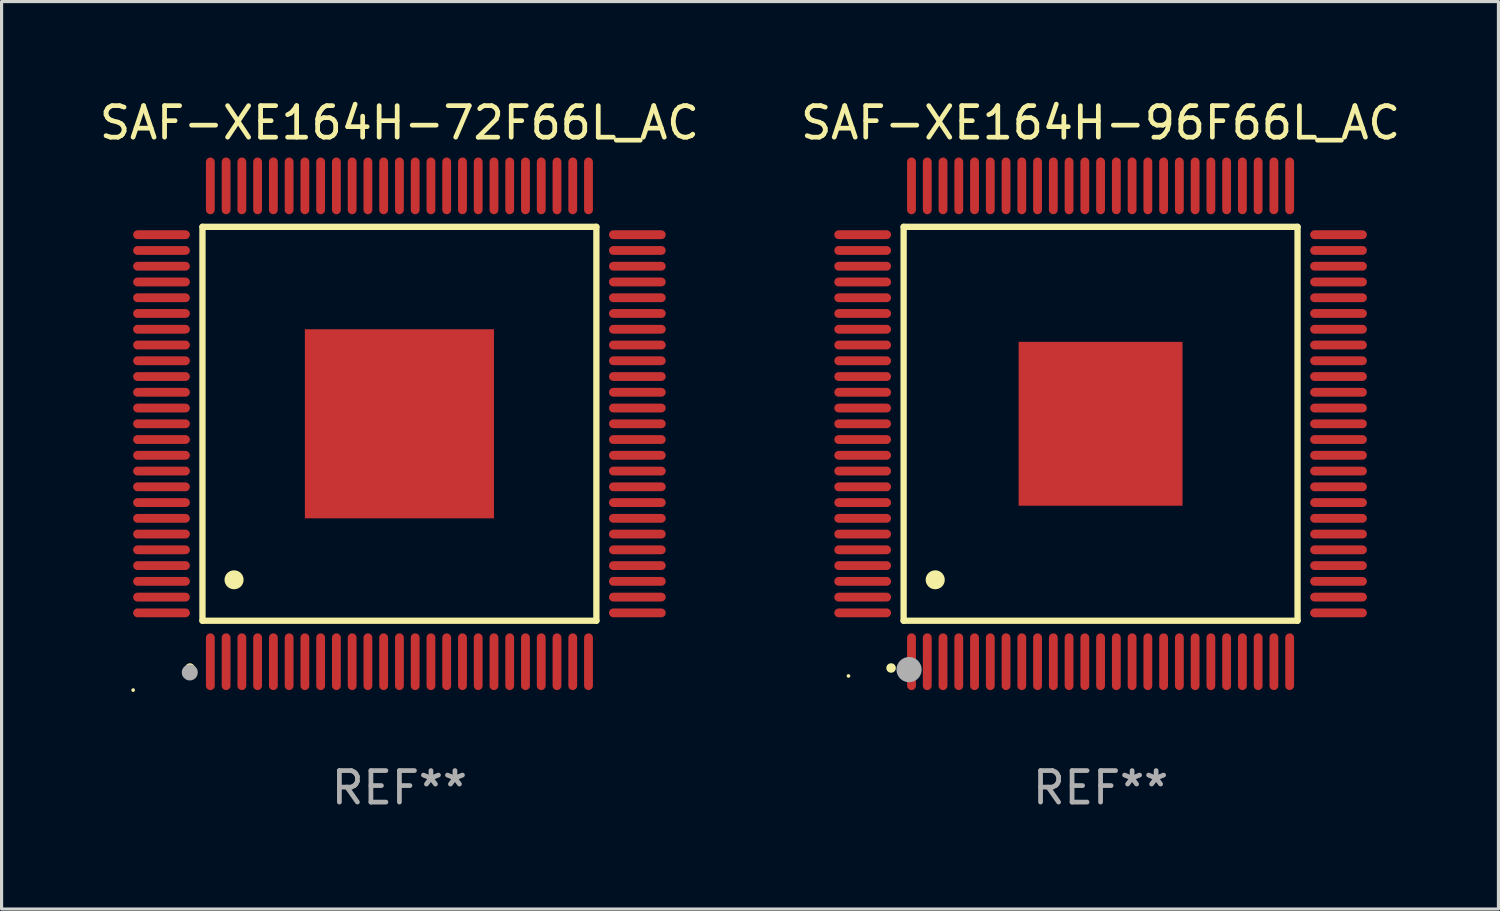
<source format=kicad_pcb>
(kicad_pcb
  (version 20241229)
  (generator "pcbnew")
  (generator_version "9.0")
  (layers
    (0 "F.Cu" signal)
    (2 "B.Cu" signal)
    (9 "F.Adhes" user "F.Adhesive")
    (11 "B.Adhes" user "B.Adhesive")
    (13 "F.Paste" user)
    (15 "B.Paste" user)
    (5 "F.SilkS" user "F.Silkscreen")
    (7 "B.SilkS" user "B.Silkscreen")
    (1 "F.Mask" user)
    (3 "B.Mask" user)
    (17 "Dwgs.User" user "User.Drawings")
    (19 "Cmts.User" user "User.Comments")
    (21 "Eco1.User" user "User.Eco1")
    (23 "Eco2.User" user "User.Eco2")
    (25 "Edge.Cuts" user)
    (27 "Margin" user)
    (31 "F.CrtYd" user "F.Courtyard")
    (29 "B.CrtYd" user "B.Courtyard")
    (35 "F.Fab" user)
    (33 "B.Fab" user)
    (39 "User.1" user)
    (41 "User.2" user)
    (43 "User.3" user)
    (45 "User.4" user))
  (footprint "SAF-XE164H-72F66L_AC"
    (layer "F.Cu")
    (at 9.625 10.398)
    (property "Reference" "SAF-XE164H-72F66L_AC" (at 0 -9.55 0) (layer "F.SilkS") (effects (font (size 1 1) (thickness 0.15))))
    (attr through_hole)
    (fp_line (start -6.25 -6.25) (end -6.25 6.25) (stroke (width 0.2) (type solid)) (layer "F.SilkS"))
    (fp_line (start -6.25 6.25) (end 6.25 6.25) (stroke (width 0.2) (type solid)) (layer "F.SilkS"))
    (fp_line (start 6.25 -6.25) (end -6.25 -6.25) (stroke (width 0.2) (type solid)) (layer "F.SilkS"))
    (fp_line (start 6.25 6.25) (end 6.25 -6.25) (stroke (width 0.2) (type solid)) (layer "F.SilkS"))
    (fp_arc (start -6.649733 7.749555) (mid -6.648463 7.74955) (end -6.647193 7.749555) (stroke (width 0.3) (type solid)) (layer "F.SilkS"))
    (fp_arc (start -5.250191 4.95047) (mid -5.247651 4.950459) (end -5.245111 4.95047) (stroke (width 0.6) (type solid)) (layer "F.SilkS"))
    (fp_circle (center -8.45 8.45) (end -8.42 8.45) (stroke (width 0.06) (type solid)) (fill no) (layer "F.SilkS"))
    (fp_circle (center -6.653 7.891) (end -6.526 7.891) (stroke (width 0.254) (type solid)) (fill no) (layer "F.Fab"))
    (fp_text user "REF**" (at 0 11.55 0) (layer "F.Fab") (effects (font (size 1 1) (thickness 0.15))))
    (pad "1" smd oval (at -6 7.55 180) (size 0.28 1.8) (layers "F.Cu" "F.Mask" "F.Paste"))
    (pad "2" smd oval (at -5.5 7.55 180) (size 0.28 1.8) (layers "F.Cu" "F.Mask" "F.Paste"))
    (pad "3" smd oval (at -5 7.55 180) (size 0.28 1.8) (layers "F.Cu" "F.Mask" "F.Paste"))
    (pad "4" smd oval (at -4.5 7.55 180) (size 0.28 1.8) (layers "F.Cu" "F.Mask" "F.Paste"))
    (pad "5" smd oval (at -4 7.55 180) (size 0.28 1.8) (layers "F.Cu" "F.Mask" "F.Paste"))
    (pad "6" smd oval (at -3.5 7.55 180) (size 0.28 1.8) (layers "F.Cu" "F.Mask" "F.Paste"))
    (pad "7" smd oval (at -3 7.55 180) (size 0.28 1.8) (layers "F.Cu" "F.Mask" "F.Paste"))
    (pad "8" smd oval (at -2.5 7.55 180) (size 0.28 1.8) (layers "F.Cu" "F.Mask" "F.Paste"))
    (pad "9" smd oval (at -2 7.55 180) (size 0.28 1.8) (layers "F.Cu" "F.Mask" "F.Paste"))
    (pad "10" smd oval (at -1.5 7.55 180) (size 0.28 1.8) (layers "F.Cu" "F.Mask" "F.Paste"))
    (pad "11" smd oval (at -1 7.55 180) (size 0.28 1.8) (layers "F.Cu" "F.Mask" "F.Paste"))
    (pad "12" smd oval (at -0.5 7.55 180) (size 0.28 1.8) (layers "F.Cu" "F.Mask" "F.Paste"))
    (pad "13" smd oval (at 0 7.55 180) (size 0.28 1.8) (layers "F.Cu" "F.Mask" "F.Paste"))
    (pad "14" smd oval (at 0.5 7.55 180) (size 0.28 1.8) (layers "F.Cu" "F.Mask" "F.Paste"))
    (pad "15" smd oval (at 1 7.55 180) (size 0.28 1.8) (layers "F.Cu" "F.Mask" "F.Paste"))
    (pad "16" smd oval (at 1.5 7.55 180) (size 0.28 1.8) (layers "F.Cu" "F.Mask" "F.Paste"))
    (pad "17" smd oval (at 2 7.55 180) (size 0.28 1.8) (layers "F.Cu" "F.Mask" "F.Paste"))
    (pad "18" smd oval (at 2.5 7.55 180) (size 0.28 1.8) (layers "F.Cu" "F.Mask" "F.Paste"))
    (pad "19" smd oval (at 3 7.55 180) (size 0.28 1.8) (layers "F.Cu" "F.Mask" "F.Paste"))
    (pad "20" smd oval (at 3.5 7.55 180) (size 0.28 1.8) (layers "F.Cu" "F.Mask" "F.Paste"))
    (pad "21" smd oval (at 4 7.55 180) (size 0.28 1.8) (layers "F.Cu" "F.Mask" "F.Paste"))
    (pad "22" smd oval (at 4.5 7.55 180) (size 0.28 1.8) (layers "F.Cu" "F.Mask" "F.Paste"))
    (pad "23" smd oval (at 5 7.55 180) (size 0.28 1.8) (layers "F.Cu" "F.Mask" "F.Paste"))
    (pad "24" smd oval (at 5.5 7.55 180) (size 0.28 1.8) (layers "F.Cu" "F.Mask" "F.Paste"))
    (pad "25" smd oval (at 6 7.55 180) (size 0.28 1.8) (layers "F.Cu" "F.Mask" "F.Paste"))
    (pad "26" smd oval (at 7.55 6 90) (size 0.28 1.8) (layers "F.Cu" "F.Mask" "F.Paste"))
    (pad "27" smd oval (at 7.55 5.5 90) (size 0.28 1.8) (layers "F.Cu" "F.Mask" "F.Paste"))
    (pad "28" smd oval (at 7.55 5 90) (size 0.28 1.8) (layers "F.Cu" "F.Mask" "F.Paste"))
    (pad "29" smd oval (at 7.55 4.5 90) (size 0.28 1.8) (layers "F.Cu" "F.Mask" "F.Paste"))
    (pad "30" smd oval (at 7.55 4 90) (size 0.28 1.8) (layers "F.Cu" "F.Mask" "F.Paste"))
    (pad "31" smd oval (at 7.55 3.5 90) (size 0.28 1.8) (layers "F.Cu" "F.Mask" "F.Paste"))
    (pad "32" smd oval (at 7.55 3 90) (size 0.28 1.8) (layers "F.Cu" "F.Mask" "F.Paste"))
    (pad "33" smd oval (at 7.55 2.5 90) (size 0.28 1.8) (layers "F.Cu" "F.Mask" "F.Paste"))
    (pad "34" smd oval (at 7.55 2 90) (size 0.28 1.8) (layers "F.Cu" "F.Mask" "F.Paste"))
    (pad "35" smd oval (at 7.55 1.5 90) (size 0.28 1.8) (layers "F.Cu" "F.Mask" "F.Paste"))
    (pad "36" smd oval (at 7.55 1 90) (size 0.28 1.8) (layers "F.Cu" "F.Mask" "F.Paste"))
    (pad "37" smd oval (at 7.55 0.5 90) (size 0.28 1.8) (layers "F.Cu" "F.Mask" "F.Paste"))
    (pad "38" smd oval (at 7.55 0 90) (size 0.28 1.8) (layers "F.Cu" "F.Mask" "F.Paste"))
    (pad "39" smd oval (at 7.55 -0.5 90) (size 0.28 1.8) (layers "F.Cu" "F.Mask" "F.Paste"))
    (pad "40" smd oval (at 7.55 -1 90) (size 0.28 1.8) (layers "F.Cu" "F.Mask" "F.Paste"))
    (pad "41" smd oval (at 7.55 -1.5 90) (size 0.28 1.8) (layers "F.Cu" "F.Mask" "F.Paste"))
    (pad "42" smd oval (at 7.55 -2 90) (size 0.28 1.8) (layers "F.Cu" "F.Mask" "F.Paste"))
    (pad "43" smd oval (at 7.55 -2.5 90) (size 0.28 1.8) (layers "F.Cu" "F.Mask" "F.Paste"))
    (pad "44" smd oval (at 7.55 -3 90) (size 0.28 1.8) (layers "F.Cu" "F.Mask" "F.Paste"))
    (pad "45" smd oval (at 7.55 -3.5 90) (size 0.28 1.8) (layers "F.Cu" "F.Mask" "F.Paste"))
    (pad "46" smd oval (at 7.55 -4 90) (size 0.28 1.8) (layers "F.Cu" "F.Mask" "F.Paste"))
    (pad "47" smd oval (at 7.55 -4.5 90) (size 0.28 1.8) (layers "F.Cu" "F.Mask" "F.Paste"))
    (pad "48" smd oval (at 7.55 -5 90) (size 0.28 1.8) (layers "F.Cu" "F.Mask" "F.Paste"))
    (pad "49" smd oval (at 7.55 -5.5 90) (size 0.28 1.8) (layers "F.Cu" "F.Mask" "F.Paste"))
    (pad "50" smd oval (at 7.55 -6 90) (size 0.28 1.8) (layers "F.Cu" "F.Mask" "F.Paste"))
    (pad "51" smd oval (at 6 -7.55 180) (size 0.28 1.8) (layers "F.Cu" "F.Mask" "F.Paste"))
    (pad "52" smd oval (at 5.5 -7.55 180) (size 0.28 1.8) (layers "F.Cu" "F.Mask" "F.Paste"))
    (pad "53" smd oval (at 5 -7.55 180) (size 0.28 1.8) (layers "F.Cu" "F.Mask" "F.Paste"))
    (pad "54" smd oval (at 4.5 -7.55 180) (size 0.28 1.8) (layers "F.Cu" "F.Mask" "F.Paste"))
    (pad "55" smd oval (at 4 -7.55 180) (size 0.28 1.8) (layers "F.Cu" "F.Mask" "F.Paste"))
    (pad "56" smd oval (at 3.5 -7.55 180) (size 0.28 1.8) (layers "F.Cu" "F.Mask" "F.Paste"))
    (pad "57" smd oval (at 3 -7.55 180) (size 0.28 1.8) (layers "F.Cu" "F.Mask" "F.Paste"))
    (pad "58" smd oval (at 2.5 -7.55 180) (size 0.28 1.8) (layers "F.Cu" "F.Mask" "F.Paste"))
    (pad "59" smd oval (at 2 -7.55 180) (size 0.28 1.8) (layers "F.Cu" "F.Mask" "F.Paste"))
    (pad "60" smd oval (at 1.5 -7.55 180) (size 0.28 1.8) (layers "F.Cu" "F.Mask" "F.Paste"))
    (pad "61" smd oval (at 1 -7.55 180) (size 0.28 1.8) (layers "F.Cu" "F.Mask" "F.Paste"))
    (pad "62" smd oval (at 0.5 -7.55 180) (size 0.28 1.8) (layers "F.Cu" "F.Mask" "F.Paste"))
    (pad "63" smd oval (at 0 -7.55 180) (size 0.28 1.8) (layers "F.Cu" "F.Mask" "F.Paste"))
    (pad "64" smd oval (at -0.5 -7.55 180) (size 0.28 1.8) (layers "F.Cu" "F.Mask" "F.Paste"))
    (pad "65" smd oval (at -1 -7.55 180) (size 0.28 1.8) (layers "F.Cu" "F.Mask" "F.Paste"))
    (pad "66" smd oval (at -1.5 -7.55 180) (size 0.28 1.8) (layers "F.Cu" "F.Mask" "F.Paste"))
    (pad "67" smd oval (at -2 -7.55 180) (size 0.28 1.8) (layers "F.Cu" "F.Mask" "F.Paste"))
    (pad "68" smd oval (at -2.5 -7.55 180) (size 0.28 1.8) (layers "F.Cu" "F.Mask" "F.Paste"))
    (pad "69" smd oval (at -3 -7.55 180) (size 0.28 1.8) (layers "F.Cu" "F.Mask" "F.Paste"))
    (pad "70" smd oval (at -3.5 -7.55 180) (size 0.28 1.8) (layers "F.Cu" "F.Mask" "F.Paste"))
    (pad "71" smd oval (at -4 -7.55 180) (size 0.28 1.8) (layers "F.Cu" "F.Mask" "F.Paste"))
    (pad "72" smd oval (at -4.5 -7.55 180) (size 0.28 1.8) (layers "F.Cu" "F.Mask" "F.Paste"))
    (pad "73" smd oval (at -5 -7.55 180) (size 0.28 1.8) (layers "F.Cu" "F.Mask" "F.Paste"))
    (pad "74" smd oval (at -5.5 -7.55 180) (size 0.28 1.8) (layers "F.Cu" "F.Mask" "F.Paste"))
    (pad "75" smd oval (at -6 -7.55 180) (size 0.28 1.8) (layers "F.Cu" "F.Mask" "F.Paste"))
    (pad "76" smd oval (at -7.55 -6 90) (size 0.28 1.8) (layers "F.Cu" "F.Mask" "F.Paste"))
    (pad "77" smd oval (at -7.55 -5.5 90) (size 0.28 1.8) (layers "F.Cu" "F.Mask" "F.Paste"))
    (pad "78" smd oval (at -7.55 -5 90) (size 0.28 1.8) (layers "F.Cu" "F.Mask" "F.Paste"))
    (pad "79" smd oval (at -7.55 -4.5 90) (size 0.28 1.8) (layers "F.Cu" "F.Mask" "F.Paste"))
    (pad "80" smd oval (at -7.55 -4 90) (size 0.28 1.8) (layers "F.Cu" "F.Mask" "F.Paste"))
    (pad "81" smd oval (at -7.55 -3.5 90) (size 0.28 1.8) (layers "F.Cu" "F.Mask" "F.Paste"))
    (pad "82" smd oval (at -7.55 -3 90) (size 0.28 1.8) (layers "F.Cu" "F.Mask" "F.Paste"))
    (pad "83" smd oval (at -7.55 -2.5 90) (size 0.28 1.8) (layers "F.Cu" "F.Mask" "F.Paste"))
    (pad "84" smd oval (at -7.55 -2 90) (size 0.28 1.8) (layers "F.Cu" "F.Mask" "F.Paste"))
    (pad "85" smd oval (at -7.55 -1.5 90) (size 0.28 1.8) (layers "F.Cu" "F.Mask" "F.Paste"))
    (pad "86" smd oval (at -7.55 -1 90) (size 0.28 1.8) (layers "F.Cu" "F.Mask" "F.Paste"))
    (pad "87" smd oval (at -7.55 -0.5 90) (size 0.28 1.8) (layers "F.Cu" "F.Mask" "F.Paste"))
    (pad "88" smd oval (at -7.55 0 90) (size 0.28 1.8) (layers "F.Cu" "F.Mask" "F.Paste"))
    (pad "89" smd oval (at -7.55 0.5 90) (size 0.28 1.8) (layers "F.Cu" "F.Mask" "F.Paste"))
    (pad "90" smd oval (at -7.55 1 90) (size 0.28 1.8) (layers "F.Cu" "F.Mask" "F.Paste"))
    (pad "91" smd oval (at -7.55 1.5 90) (size 0.28 1.8) (layers "F.Cu" "F.Mask" "F.Paste"))
    (pad "92" smd oval (at -7.55 2 90) (size 0.28 1.8) (layers "F.Cu" "F.Mask" "F.Paste"))
    (pad "93" smd oval (at -7.55 2.5 90) (size 0.28 1.8) (layers "F.Cu" "F.Mask" "F.Paste"))
    (pad "94" smd oval (at -7.55 3 90) (size 0.28 1.8) (layers "F.Cu" "F.Mask" "F.Paste"))
    (pad "95" smd oval (at -7.55 3.5 90) (size 0.28 1.8) (layers "F.Cu" "F.Mask" "F.Paste"))
    (pad "96" smd oval (at -7.55 4 90) (size 0.28 1.8) (layers "F.Cu" "F.Mask" "F.Paste"))
    (pad "97" smd oval (at -7.55 4.5 90) (size 0.28 1.8) (layers "F.Cu" "F.Mask" "F.Paste"))
    (pad "98" smd oval (at -7.55 5 90) (size 0.28 1.8) (layers "F.Cu" "F.Mask" "F.Paste"))
    (pad "99" smd oval (at -7.55 5.5 90) (size 0.28 1.8) (layers "F.Cu" "F.Mask" "F.Paste"))
    (pad "100" smd oval (at -7.55 6 90) (size 0.28 1.8) (layers "F.Cu" "F.Mask" "F.Paste"))
    (pad "101" smd rect (at 0 0) (size 6 6) (layers "F.Cu" "F.Mask" "F.Paste")))
  (footprint "SAF-XE164H-96F66L_AC"
    (layer "F.Cu")
    (at 31.875 10.398)
    (property "Reference" "SAF-XE164H-96F66L_AC" (at 0 -9.55 0) (layer "F.SilkS") (effects (font (size 1 1) (thickness 0.15))))
    (attr through_hole)
    (fp_line (start -6.25 -6.25) (end -6.25 6.25) (stroke (width 0.2) (type solid)) (layer "F.SilkS"))
    (fp_line (start -6.25 6.25) (end 6.25 6.25) (stroke (width 0.2) (type solid)) (layer "F.SilkS"))
    (fp_line (start 6.25 -6.25) (end -6.25 -6.25) (stroke (width 0.2) (type solid)) (layer "F.SilkS"))
    (fp_line (start 6.25 6.25) (end 6.25 -6.25) (stroke (width 0.2) (type solid)) (layer "F.SilkS"))
    (fp_arc (start -6.649733 7.749555) (mid -6.648463 7.74955) (end -6.647193 7.749555) (stroke (width 0.3) (type solid)) (layer "F.SilkS"))
    (fp_arc (start -5.250191 4.95047) (mid -5.247651 4.950459) (end -5.245111 4.95047) (stroke (width 0.6) (type solid)) (layer "F.SilkS"))
    (fp_circle (center -8.002 8.002) (end -7.972 8.002) (stroke (width 0.06) (type solid)) (fill no) (layer "F.SilkS"))
    (fp_circle (center -6.078 7.801) (end -5.878 7.801) (stroke (width 0.4) (type solid)) (fill no) (layer "F.Fab"))
    (fp_text user "REF**" (at 0 11.55 0) (layer "F.Fab") (effects (font (size 1 1) (thickness 0.15))))
    (pad "1" smd oval (at -6 7.55 180) (size 0.28 1.8) (layers "F.Cu" "F.Mask" "F.Paste"))
    (pad "2" smd oval (at -5.5 7.55 180) (size 0.28 1.8) (layers "F.Cu" "F.Mask" "F.Paste"))
    (pad "3" smd oval (at -5 7.55 180) (size 0.28 1.8) (layers "F.Cu" "F.Mask" "F.Paste"))
    (pad "4" smd oval (at -4.5 7.55 180) (size 0.28 1.8) (layers "F.Cu" "F.Mask" "F.Paste"))
    (pad "5" smd oval (at -4 7.55 180) (size 0.28 1.8) (layers "F.Cu" "F.Mask" "F.Paste"))
    (pad "6" smd oval (at -3.5 7.55 180) (size 0.28 1.8) (layers "F.Cu" "F.Mask" "F.Paste"))
    (pad "7" smd oval (at -3 7.55 180) (size 0.28 1.8) (layers "F.Cu" "F.Mask" "F.Paste"))
    (pad "8" smd oval (at -2.5 7.55 180) (size 0.28 1.8) (layers "F.Cu" "F.Mask" "F.Paste"))
    (pad "9" smd oval (at -2 7.55 180) (size 0.28 1.8) (layers "F.Cu" "F.Mask" "F.Paste"))
    (pad "10" smd oval (at -1.5 7.55 180) (size 0.28 1.8) (layers "F.Cu" "F.Mask" "F.Paste"))
    (pad "11" smd oval (at -1 7.55 180) (size 0.28 1.8) (layers "F.Cu" "F.Mask" "F.Paste"))
    (pad "12" smd oval (at -0.5 7.55 180) (size 0.28 1.8) (layers "F.Cu" "F.Mask" "F.Paste"))
    (pad "13" smd oval (at 0 7.55 180) (size 0.28 1.8) (layers "F.Cu" "F.Mask" "F.Paste"))
    (pad "14" smd oval (at 0.5 7.55 180) (size 0.28 1.8) (layers "F.Cu" "F.Mask" "F.Paste"))
    (pad "15" smd oval (at 1 7.55 180) (size 0.28 1.8) (layers "F.Cu" "F.Mask" "F.Paste"))
    (pad "16" smd oval (at 1.5 7.55 180) (size 0.28 1.8) (layers "F.Cu" "F.Mask" "F.Paste"))
    (pad "17" smd oval (at 2 7.55 180) (size 0.28 1.8) (layers "F.Cu" "F.Mask" "F.Paste"))
    (pad "18" smd oval (at 2.5 7.55 180) (size 0.28 1.8) (layers "F.Cu" "F.Mask" "F.Paste"))
    (pad "19" smd oval (at 3 7.55 180) (size 0.28 1.8) (layers "F.Cu" "F.Mask" "F.Paste"))
    (pad "20" smd oval (at 3.5 7.55 180) (size 0.28 1.8) (layers "F.Cu" "F.Mask" "F.Paste"))
    (pad "21" smd oval (at 4 7.55 180) (size 0.28 1.8) (layers "F.Cu" "F.Mask" "F.Paste"))
    (pad "22" smd oval (at 4.5 7.55 180) (size 0.28 1.8) (layers "F.Cu" "F.Mask" "F.Paste"))
    (pad "23" smd oval (at 5 7.55 180) (size 0.28 1.8) (layers "F.Cu" "F.Mask" "F.Paste"))
    (pad "24" smd oval (at 5.5 7.55 180) (size 0.28 1.8) (layers "F.Cu" "F.Mask" "F.Paste"))
    (pad "25" smd oval (at 6 7.55 180) (size 0.28 1.8) (layers "F.Cu" "F.Mask" "F.Paste"))
    (pad "26" smd oval (at 7.55 6 90) (size 0.28 1.8) (layers "F.Cu" "F.Mask" "F.Paste"))
    (pad "27" smd oval (at 7.55 5.5 90) (size 0.28 1.8) (layers "F.Cu" "F.Mask" "F.Paste"))
    (pad "28" smd oval (at 7.55 5 90) (size 0.28 1.8) (layers "F.Cu" "F.Mask" "F.Paste"))
    (pad "29" smd oval (at 7.55 4.5 90) (size 0.28 1.8) (layers "F.Cu" "F.Mask" "F.Paste"))
    (pad "30" smd oval (at 7.55 4 90) (size 0.28 1.8) (layers "F.Cu" "F.Mask" "F.Paste"))
    (pad "31" smd oval (at 7.55 3.5 90) (size 0.28 1.8) (layers "F.Cu" "F.Mask" "F.Paste"))
    (pad "32" smd oval (at 7.55 3 90) (size 0.28 1.8) (layers "F.Cu" "F.Mask" "F.Paste"))
    (pad "33" smd oval (at 7.55 2.5 90) (size 0.28 1.8) (layers "F.Cu" "F.Mask" "F.Paste"))
    (pad "34" smd oval (at 7.55 2 90) (size 0.28 1.8) (layers "F.Cu" "F.Mask" "F.Paste"))
    (pad "35" smd oval (at 7.55 1.5 90) (size 0.28 1.8) (layers "F.Cu" "F.Mask" "F.Paste"))
    (pad "36" smd oval (at 7.55 1 90) (size 0.28 1.8) (layers "F.Cu" "F.Mask" "F.Paste"))
    (pad "37" smd oval (at 7.55 0.5 90) (size 0.28 1.8) (layers "F.Cu" "F.Mask" "F.Paste"))
    (pad "38" smd oval (at 7.55 0 90) (size 0.28 1.8) (layers "F.Cu" "F.Mask" "F.Paste"))
    (pad "39" smd oval (at 7.55 -0.5 90) (size 0.28 1.8) (layers "F.Cu" "F.Mask" "F.Paste"))
    (pad "40" smd oval (at 7.55 -1 90) (size 0.28 1.8) (layers "F.Cu" "F.Mask" "F.Paste"))
    (pad "41" smd oval (at 7.55 -1.5 90) (size 0.28 1.8) (layers "F.Cu" "F.Mask" "F.Paste"))
    (pad "42" smd oval (at 7.55 -2 90) (size 0.28 1.8) (layers "F.Cu" "F.Mask" "F.Paste"))
    (pad "43" smd oval (at 7.55 -2.5 90) (size 0.28 1.8) (layers "F.Cu" "F.Mask" "F.Paste"))
    (pad "44" smd oval (at 7.55 -3 90) (size 0.28 1.8) (layers "F.Cu" "F.Mask" "F.Paste"))
    (pad "45" smd oval (at 7.55 -3.5 90) (size 0.28 1.8) (layers "F.Cu" "F.Mask" "F.Paste"))
    (pad "46" smd oval (at 7.55 -4 90) (size 0.28 1.8) (layers "F.Cu" "F.Mask" "F.Paste"))
    (pad "47" smd oval (at 7.55 -4.5 90) (size 0.28 1.8) (layers "F.Cu" "F.Mask" "F.Paste"))
    (pad "48" smd oval (at 7.55 -5 90) (size 0.28 1.8) (layers "F.Cu" "F.Mask" "F.Paste"))
    (pad "49" smd oval (at 7.55 -5.5 90) (size 0.28 1.8) (layers "F.Cu" "F.Mask" "F.Paste"))
    (pad "50" smd oval (at 7.55 -6 90) (size 0.28 1.8) (layers "F.Cu" "F.Mask" "F.Paste"))
    (pad "51" smd oval (at 6 -7.55 180) (size 0.28 1.8) (layers "F.Cu" "F.Mask" "F.Paste"))
    (pad "52" smd oval (at 5.5 -7.55 180) (size 0.28 1.8) (layers "F.Cu" "F.Mask" "F.Paste"))
    (pad "53" smd oval (at 5 -7.55 180) (size 0.28 1.8) (layers "F.Cu" "F.Mask" "F.Paste"))
    (pad "54" smd oval (at 4.5 -7.55 180) (size 0.28 1.8) (layers "F.Cu" "F.Mask" "F.Paste"))
    (pad "55" smd oval (at 4 -7.55 180) (size 0.28 1.8) (layers "F.Cu" "F.Mask" "F.Paste"))
    (pad "56" smd oval (at 3.5 -7.55 180) (size 0.28 1.8) (layers "F.Cu" "F.Mask" "F.Paste"))
    (pad "57" smd oval (at 3 -7.55 180) (size 0.28 1.8) (layers "F.Cu" "F.Mask" "F.Paste"))
    (pad "58" smd oval (at 2.5 -7.55 180) (size 0.28 1.8) (layers "F.Cu" "F.Mask" "F.Paste"))
    (pad "59" smd oval (at 2 -7.55 180) (size 0.28 1.8) (layers "F.Cu" "F.Mask" "F.Paste"))
    (pad "60" smd oval (at 1.5 -7.55 180) (size 0.28 1.8) (layers "F.Cu" "F.Mask" "F.Paste"))
    (pad "61" smd oval (at 1 -7.55 180) (size 0.28 1.8) (layers "F.Cu" "F.Mask" "F.Paste"))
    (pad "62" smd oval (at 0.5 -7.55 180) (size 0.28 1.8) (layers "F.Cu" "F.Mask" "F.Paste"))
    (pad "63" smd oval (at 0 -7.55 180) (size 0.28 1.8) (layers "F.Cu" "F.Mask" "F.Paste"))
    (pad "64" smd oval (at -0.5 -7.55 180) (size 0.28 1.8) (layers "F.Cu" "F.Mask" "F.Paste"))
    (pad "65" smd oval (at -1 -7.55 180) (size 0.28 1.8) (layers "F.Cu" "F.Mask" "F.Paste"))
    (pad "66" smd oval (at -1.5 -7.55 180) (size 0.28 1.8) (layers "F.Cu" "F.Mask" "F.Paste"))
    (pad "67" smd oval (at -2 -7.55 180) (size 0.28 1.8) (layers "F.Cu" "F.Mask" "F.Paste"))
    (pad "68" smd oval (at -2.5 -7.55 180) (size 0.28 1.8) (layers "F.Cu" "F.Mask" "F.Paste"))
    (pad "69" smd oval (at -3 -7.55 180) (size 0.28 1.8) (layers "F.Cu" "F.Mask" "F.Paste"))
    (pad "70" smd oval (at -3.5 -7.55 180) (size 0.28 1.8) (layers "F.Cu" "F.Mask" "F.Paste"))
    (pad "71" smd oval (at -4 -7.55 180) (size 0.28 1.8) (layers "F.Cu" "F.Mask" "F.Paste"))
    (pad "72" smd oval (at -4.5 -7.55 180) (size 0.28 1.8) (layers "F.Cu" "F.Mask" "F.Paste"))
    (pad "73" smd oval (at -5 -7.55 180) (size 0.28 1.8) (layers "F.Cu" "F.Mask" "F.Paste"))
    (pad "74" smd oval (at -5.5 -7.55 180) (size 0.28 1.8) (layers "F.Cu" "F.Mask" "F.Paste"))
    (pad "75" smd oval (at -6 -7.55 180) (size 0.28 1.8) (layers "F.Cu" "F.Mask" "F.Paste"))
    (pad "76" smd oval (at -7.55 -6 90) (size 0.28 1.8) (layers "F.Cu" "F.Mask" "F.Paste"))
    (pad "77" smd oval (at -7.55 -5.5 90) (size 0.28 1.8) (layers "F.Cu" "F.Mask" "F.Paste"))
    (pad "78" smd oval (at -7.55 -5 90) (size 0.28 1.8) (layers "F.Cu" "F.Mask" "F.Paste"))
    (pad "79" smd oval (at -7.55 -4.5 90) (size 0.28 1.8) (layers "F.Cu" "F.Mask" "F.Paste"))
    (pad "80" smd oval (at -7.55 -4 90) (size 0.28 1.8) (layers "F.Cu" "F.Mask" "F.Paste"))
    (pad "81" smd oval (at -7.55 -3.5 90) (size 0.28 1.8) (layers "F.Cu" "F.Mask" "F.Paste"))
    (pad "82" smd oval (at -7.55 -3 90) (size 0.28 1.8) (layers "F.Cu" "F.Mask" "F.Paste"))
    (pad "83" smd oval (at -7.55 -2.5 90) (size 0.28 1.8) (layers "F.Cu" "F.Mask" "F.Paste"))
    (pad "84" smd oval (at -7.55 -2 90) (size 0.28 1.8) (layers "F.Cu" "F.Mask" "F.Paste"))
    (pad "85" smd oval (at -7.55 -1.5 90) (size 0.28 1.8) (layers "F.Cu" "F.Mask" "F.Paste"))
    (pad "86" smd oval (at -7.55 -1 90) (size 0.28 1.8) (layers "F.Cu" "F.Mask" "F.Paste"))
    (pad "87" smd oval (at -7.55 -0.5 90) (size 0.28 1.8) (layers "F.Cu" "F.Mask" "F.Paste"))
    (pad "88" smd oval (at -7.55 0 90) (size 0.28 1.8) (layers "F.Cu" "F.Mask" "F.Paste"))
    (pad "89" smd oval (at -7.55 0.5 90) (size 0.28 1.8) (layers "F.Cu" "F.Mask" "F.Paste"))
    (pad "90" smd oval (at -7.55 1 90) (size 0.28 1.8) (layers "F.Cu" "F.Mask" "F.Paste"))
    (pad "91" smd oval (at -7.55 1.5 90) (size 0.28 1.8) (layers "F.Cu" "F.Mask" "F.Paste"))
    (pad "92" smd oval (at -7.55 2 90) (size 0.28 1.8) (layers "F.Cu" "F.Mask" "F.Paste"))
    (pad "93" smd oval (at -7.55 2.5 90) (size 0.28 1.8) (layers "F.Cu" "F.Mask" "F.Paste"))
    (pad "94" smd oval (at -7.55 3 90) (size 0.28 1.8) (layers "F.Cu" "F.Mask" "F.Paste"))
    (pad "95" smd oval (at -7.55 3.5 90) (size 0.28 1.8) (layers "F.Cu" "F.Mask" "F.Paste"))
    (pad "96" smd oval (at -7.55 4 90) (size 0.28 1.8) (layers "F.Cu" "F.Mask" "F.Paste"))
    (pad "97" smd oval (at -7.55 4.5 90) (size 0.28 1.8) (layers "F.Cu" "F.Mask" "F.Paste"))
    (pad "98" smd oval (at -7.55 5 90) (size 0.28 1.8) (layers "F.Cu" "F.Mask" "F.Paste"))
    (pad "99" smd oval (at -7.55 5.5 90) (size 0.28 1.8) (layers "F.Cu" "F.Mask" "F.Paste"))
    (pad "100" smd oval (at -7.55 6 90) (size 0.28 1.8) (layers "F.Cu" "F.Mask" "F.Paste"))
    (pad "101" smd rect (at 0 0) (size 5.2 5.2) (layers "F.Cu" "F.Mask" "F.Paste")))
  (gr_rect
    (start -3 -3)
    (end 44.5 25.796)
    (stroke (width 0.1) (type default))
    (fill no)
    (layer "Edge.Cuts")))
</source>
